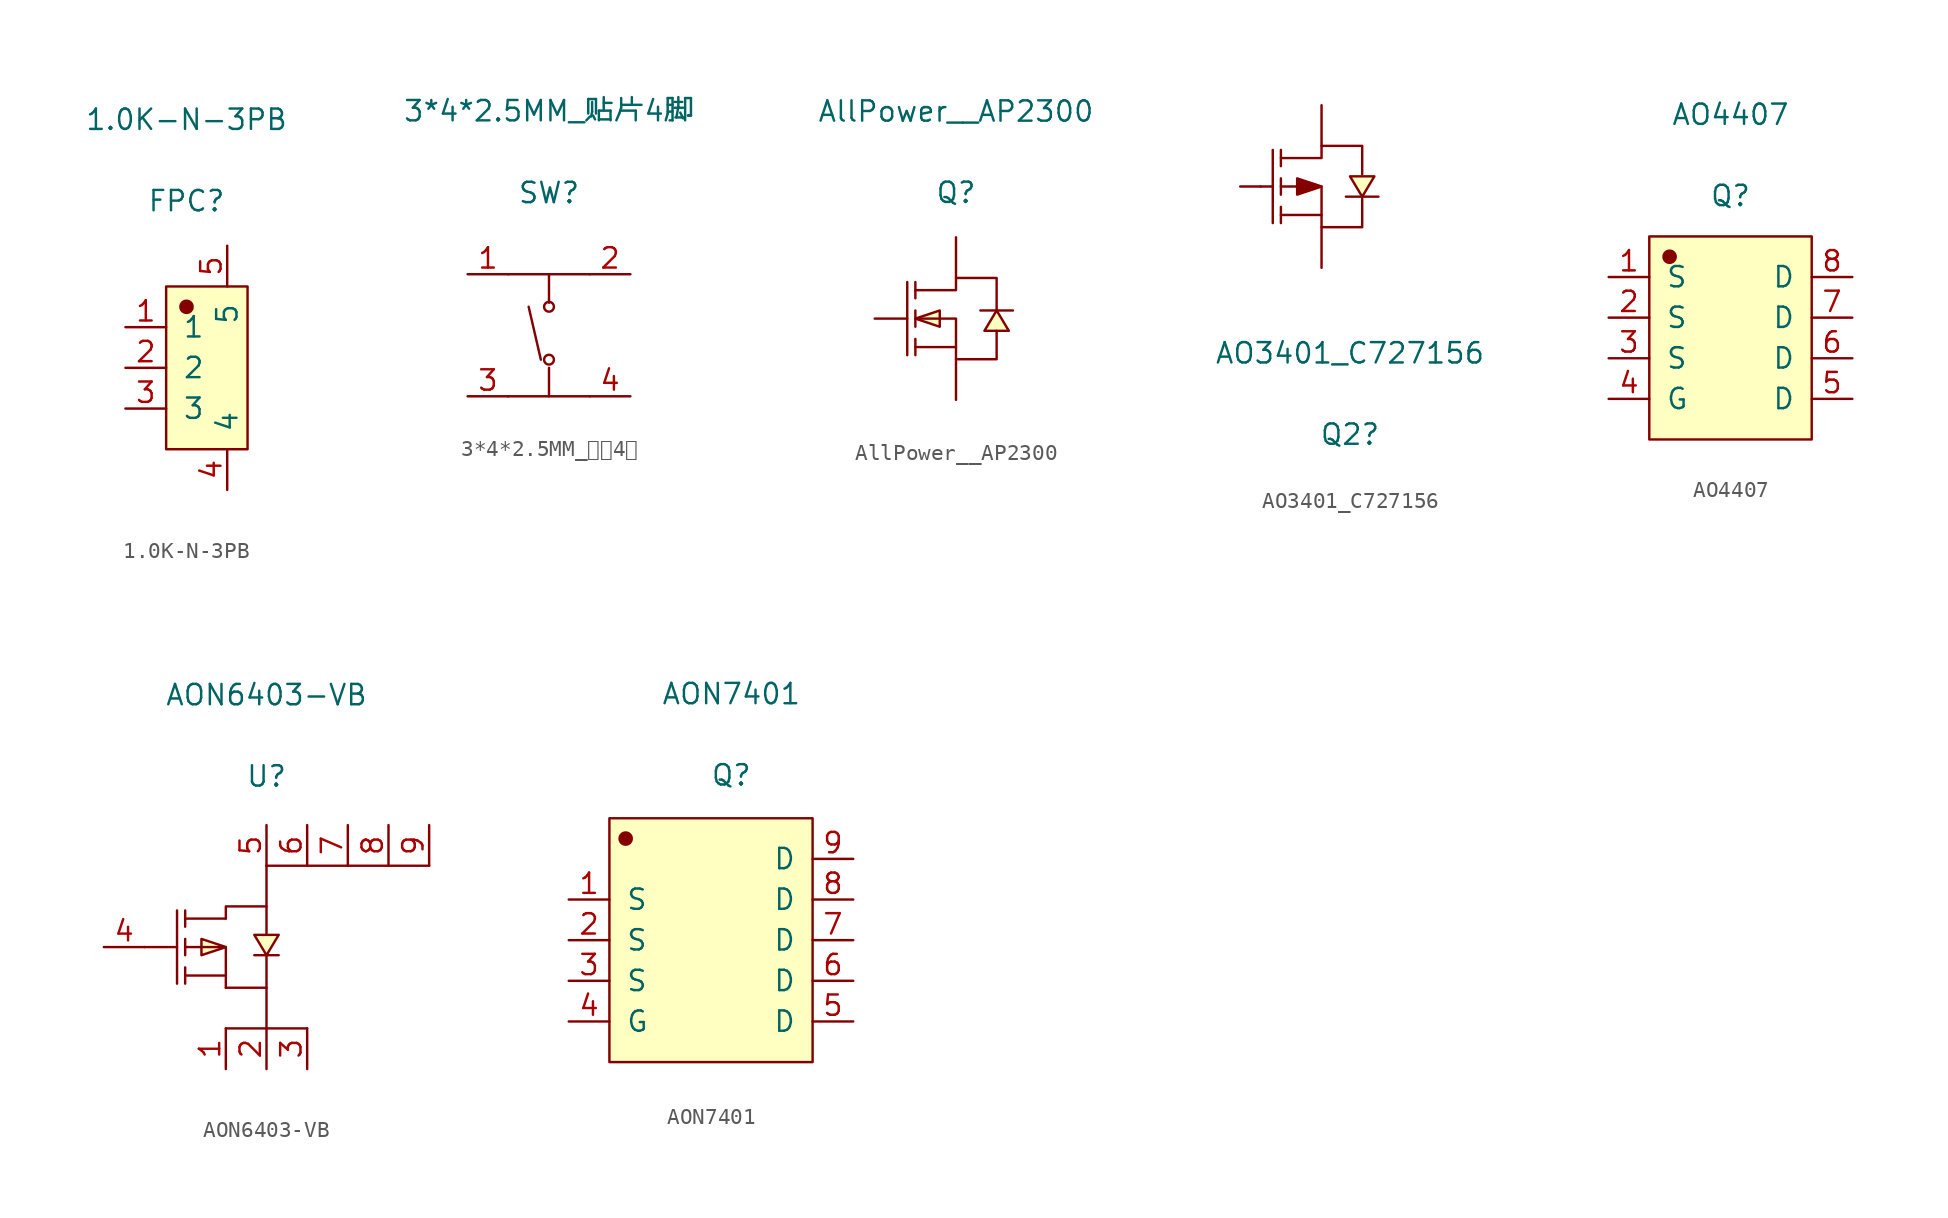
<source format=kicad_sym>
(kicad_symbol_lib
  (version 20231120)
  (generator "kicad_symbol_editor")
  (generator_version "8.0")
  (symbol "1.0K-N-3PB"
    (pin_names
      (offset 1.016))
    (property "Reference" "FPC"
      (at 0 10.414 0)
      (effects (font (size 1.27 1.27))))
    (property "Value" "1.0K-N-3PB"
      (at 0 15.494 0)
      (effects (font (size 1.27 1.27))))
    (symbol "1.0K-N-3PB_1_1"
      (rectangle (start -1.27 5.08) (end 3.81 -5.08) (stroke (width 0.152) (type solid)) (fill (type background)))
      (circle (center 0 3.81) (radius 0.381) (stroke (width 0.152) (type solid)) (fill (type outline)))
      (pin input line (at -3.81 2.54 0) (length 2.54) (name "1" (effects (font (size 1.27 1.27)))) (number "1" (effects (font (size 1.27 1.27)))))
      (pin input line (at -3.81 0 0) (length 2.54) (name "2" (effects (font (size 1.27 1.27)))) (number "2" (effects (font (size 1.27 1.27)))))
      (pin input line (at -3.81 -2.54 0) (length 2.54) (name "3" (effects (font (size 1.27 1.27)))) (number "3" (effects (font (size 1.27 1.27)))))
      (pin input line (at 2.54 -7.62 90) (length 2.54) (name "4" (effects (font (size 1.27 1.27)))) (number "4" (effects (font (size 1.27 1.27)))))
      (pin input line (at 2.54 7.62 270) (length 2.54) (name "5" (effects (font (size 1.27 1.27)))) (number "5" (effects (font (size 1.27 1.27)))))))
  (symbol "3*4*2.5MM_贴片4脚"
    (pin_names
      (offset 1.016) hide)
    (property "Reference" "SW"
      (at 0 10.16 0)
      (effects (font (size 1.27 1.27))))
    (property "Value" "3*4*2.5MM_贴片4脚"
      (at 0 15.265 0)
      (effects (font (size 1.27 1.27))))
    (symbol "3*4*2.5MM_贴片4脚_1_1"
      (circle (center 0 -0.254) (radius 0.305) (stroke (width 0.152) (type solid)) (fill (type none)))
      (polyline (pts (xy -2.54 -2.54) (xy 2.54 -2.54)) (stroke (width 0.152) (type solid)) (fill (type none)))
      (polyline (pts (xy -2.54 5.08) (xy 2.54 5.08)) (stroke (width 0.152) (type solid)) (fill (type none)))
      (polyline (pts (xy -0.508 -0.254) (xy -1.27 3.048)) (stroke (width 0.152) (type solid)) (fill (type none)))
      (polyline (pts (xy 0 -0.762) (xy 0 -2.54)) (stroke (width 0.152) (type solid)) (fill (type none)))
      (polyline (pts (xy 0 3.302) (xy 0 5.08)) (stroke (width 0.152) (type solid)) (fill (type none)))
      (circle (center 0 3.048) (radius 0.305) (stroke (width 0.152) (type solid)) (fill (type none)))
      (pin input line (at -5.08 5.08 0) (length 2.54) (name "1" (effects (font (size 1.27 1.27)))) (number "1" (effects (font (size 1.27 1.27)))))
      (pin input line (at 5.08 5.08 180) (length 2.54) (name "2" (effects (font (size 1.27 1.27)))) (number "2" (effects (font (size 1.27 1.27)))))
      (pin input line (at -5.08 -2.54 0) (length 2.54) (name "3" (effects (font (size 1.27 1.27)))) (number "3" (effects (font (size 1.27 1.27)))))
      (pin input line (at 5.08 -2.54 180) (length 2.54) (name "4" (effects (font (size 1.27 1.27)))) (number "4" (effects (font (size 1.27 1.27)))))))
  (symbol "AllPower__AP2300"
    (pin_numbers hide)
    (pin_names
      (offset 1.016) hide)
    (property "Reference" "Q"
      (at 0 7.874 0)
      (effects (font (size 1.27 1.27))))
    (property "Value" "AllPower__AP2300"
      (at 0 12.954 0)
      (effects (font (size 1.27 1.27))))
    (symbol "AllPower__AP2300_1_1"
      (polyline (pts (xy -3.048 2.286) (xy -3.048 -2.286)) (stroke (width 0.152) (type solid)) (fill (type none)))
      (polyline (pts (xy -2.54 -2.286) (xy -2.54 -1.27)) (stroke (width 0.152) (type solid)) (fill (type none)))
      (polyline (pts (xy -2.54 -0.508) (xy -2.54 0.508)) (stroke (width 0.152) (type solid)) (fill (type none)))
      (polyline (pts (xy -2.54 2.286) (xy -2.54 1.27)) (stroke (width 0.152) (type solid)) (fill (type none)))
      (polyline (pts (xy 0 -1.778) (xy -2.54 -1.778)) (stroke (width 0.152) (type solid)) (fill (type none)))
      (polyline (pts (xy -2.54 0) (xy -1.016 -0.508) (xy -1.016 0.508) (xy -2.54 0)) (stroke (width 0.152) (type solid)) (fill (type background)))
      (polyline (pts (xy 2.54 0.508) (xy 1.778 -0.762) (xy 3.302 -0.762) (xy 2.54 0.508)) (stroke (width 0.152) (type solid)) (fill (type background)))
      (polyline (pts (xy 3.556 0.508) (xy 3.048 0.508) (xy 2.032 0.508) (xy 1.524 0.508)) (stroke (width 0.152) (type solid)) (fill (type none)))
      (polyline (pts (xy -2.54 0) (xy 0 0) (xy 0 -2.54) (xy 2.54 -2.54) (xy 2.54 -0.762)) (stroke (width 0.152) (type solid)) (fill (type none)))
      (polyline (pts (xy -2.54 1.778) (xy 0 1.778) (xy 0 2.54) (xy 2.54 2.54) (xy 2.54 0.508)) (stroke (width 0.152) (type solid)) (fill (type none)))
      (pin input line (at -5.08 0 0) (length 2.032) (name "G" (effects (font (size 1.27 1.27)))) (number "1" (effects (font (size 1.27 1.27)))))
      (pin input line (at 0 -5.08 90) (length 2.54) (name "S" (effects (font (size 1.27 1.27)))) (number "2" (effects (font (size 1.27 1.27)))))
      (pin input line (at 0 5.08 270) (length 2.54) (name "D" (effects (font (size 1.27 1.27)))) (number "3" (effects (font (size 1.27 1.27)))))))
  (symbol "AO3401_C727156"
    (pin_numbers hide)
    (pin_names
      (offset 1.016) hide)
    (property "Reference" "Q2"
      (at 3.048 -14.224 0)
      (effects (font (size 1.27 1.27))))
    (property "Value" "AO3401_C727156"
      (at 3.048 -9.144 0)
      (effects (font (size 1.27 1.27))))
    (symbol "AO3401_C727156_1_1"
      (polyline (pts (xy -2.54 1.27) (xy -1.778 1.27)) (stroke (width 0.152) (type solid)) (fill (type none)))
      (polyline (pts (xy -1.778 3.556) (xy -1.778 -1.016)) (stroke (width 0.152) (type solid)) (fill (type none)))
      (polyline (pts (xy -1.27 -1.016) (xy -1.27 0)) (stroke (width 0.152) (type solid)) (fill (type none)))
      (polyline (pts (xy -1.27 0.762) (xy -1.27 1.778)) (stroke (width 0.152) (type solid)) (fill (type none)))
      (polyline (pts (xy -1.27 3.556) (xy -1.27 2.54)) (stroke (width 0.152) (type solid)) (fill (type none)))
      (polyline (pts (xy 1.27 -0.508) (xy -1.27 -0.508)) (stroke (width 0.152) (type solid)) (fill (type none)))
      (polyline (pts (xy 2.794 0.635) (xy 3.302 0.635) (xy 4.318 0.635) (xy 4.826 0.635)) (stroke (width 0.152) (type solid)) (fill (type none)))
      (polyline (pts (xy -1.27 1.27) (xy 1.27 1.27) (xy 1.27 -1.27) (xy 3.81 -1.27) (xy 3.81 0.508)) (stroke (width 0.152) (type solid)) (fill (type none)))
      (polyline (pts (xy -1.27 3.048) (xy 1.27 3.048) (xy 1.27 3.81) (xy 3.81 3.81) (xy 3.81 2.032)) (stroke (width 0.152) (type solid)) (fill (type none)))
      (polyline (pts (xy 1.27 1.27) (xy -0.254 1.778) (xy -0.254 0.762) (xy 1.27 1.27) (xy 1.27 1.27)) (stroke (width 0.152) (type solid)) (fill (type outline)))
      (polyline (pts (xy 3.81 0.635) (xy 4.572 1.905) (xy 3.048 1.905) (xy 3.81 0.635) (xy 3.81 0.635)) (stroke (width 0.152) (type solid)) (fill (type background)))
      (pin input line (at -3.81 1.27 0) (length 1.27) (name "G" (effects (font (size 1.27 1.27)))) (number "1" (effects (font (size 1.27 1.27)))))
      (pin input line (at 1.27 -3.81 90) (length 2.54) (name "S" (effects (font (size 1.27 1.27)))) (number "2" (effects (font (size 1.27 1.27)))))
      (pin input line (at 1.27 6.35 270) (length 2.54) (name "D" (effects (font (size 1.27 1.27)))) (number "3" (effects (font (size 1.27 1.27)))))))
  (symbol "AO4407"
    (pin_names
      (offset 1.016))
    (property "Reference" "Q"
      (at 0 7.62 0)
      (effects (font (size 1.27 1.27))))
    (property "Value" "AO4407"
      (at 0 12.7 0)
      (effects (font (size 1.27 1.27))))
    (symbol "AO4407_1_1"
      (rectangle (start -5.08 5.08) (end 5.08 -7.62) (stroke (width 0.152) (type solid)) (fill (type background)))
      (circle (center -3.81 3.81) (radius 0.381) (stroke (width 0.152) (type solid)) (fill (type outline)))
      (pin input line (at -7.62 2.54 0) (length 2.54) (name "S" (effects (font (size 1.27 1.27)))) (number "1" (effects (font (size 1.27 1.27)))))
      (pin input line (at -7.62 0 0) (length 2.54) (name "S" (effects (font (size 1.27 1.27)))) (number "2" (effects (font (size 1.27 1.27)))))
      (pin input line (at -7.62 -2.54 0) (length 2.54) (name "S" (effects (font (size 1.27 1.27)))) (number "3" (effects (font (size 1.27 1.27)))))
      (pin input line (at -7.62 -5.08 0) (length 2.54) (name "G" (effects (font (size 1.27 1.27)))) (number "4" (effects (font (size 1.27 1.27)))))
      (pin input line (at 7.62 -5.08 180) (length 2.54) (name "D" (effects (font (size 1.27 1.27)))) (number "5" (effects (font (size 1.27 1.27)))))
      (pin input line (at 7.62 -2.54 180) (length 2.54) (name "D" (effects (font (size 1.27 1.27)))) (number "6" (effects (font (size 1.27 1.27)))))
      (pin input line (at 7.62 0 180) (length 2.54) (name "D" (effects (font (size 1.27 1.27)))) (number "7" (effects (font (size 1.27 1.27)))))
      (pin input line (at 7.62 2.54 180) (length 2.54) (name "D" (effects (font (size 1.27 1.27)))) (number "8" (effects (font (size 1.27 1.27)))))))
  (symbol "AON6403-VB"
    (pin_names
      (offset 1.016) hide)
    (property "Reference" "U"
      (at 0 10.668 0)
      (effects (font (size 1.27 1.27))))
    (property "Value" "AON6403-VB"
      (at 0 15.748 0)
      (effects (font (size 1.27 1.27))))
    (symbol "AON6403-VB_1_1"
      (polyline (pts (xy -7.62 0) (xy -5.588 0)) (stroke (width 0.152) (type solid)) (fill (type none)))
      (polyline (pts (xy -5.588 2.286) (xy -5.588 -2.286)) (stroke (width 0.152) (type solid)) (fill (type none)))
      (polyline (pts (xy -5.08 -2.286) (xy -5.08 -1.27)) (stroke (width 0.152) (type solid)) (fill (type none)))
      (polyline (pts (xy -5.08 -0.508) (xy -5.08 0.508)) (stroke (width 0.152) (type solid)) (fill (type none)))
      (polyline (pts (xy -5.08 1.27) (xy -5.08 2.286)) (stroke (width 0.152) (type solid)) (fill (type none)))
      (polyline (pts (xy -2.54 -1.778) (xy -5.08 -1.778)) (stroke (width 0.152) (type solid)) (fill (type none)))
      (polyline (pts (xy -2.54 1.778) (xy -5.08 1.778)) (stroke (width 0.152) (type solid)) (fill (type none)))
      (polyline (pts (xy 0 -5.08) (xy 0 -2.54)) (stroke (width 0.152) (type solid)) (fill (type none)))
      (polyline (pts (xy 0 2.54) (xy 0 5.08)) (stroke (width 0.152) (type solid)) (fill (type none)))
      (polyline (pts (xy 2.54 -5.08) (xy -2.54 -5.08)) (stroke (width 0.152) (type solid)) (fill (type none)))
      (polyline (pts (xy 10.16 5.08) (xy 0 5.08)) (stroke (width 0.152) (type solid)) (fill (type none)))
      (polyline (pts (xy -5.08 0) (xy -2.54 0) (xy -2.54 -2.54)) (stroke (width 0.152) (type solid)) (fill (type none)))
      (polyline (pts (xy -2.54 -2.54) (xy 0 -2.54) (xy 0 -0.508)) (stroke (width 0.152) (type solid)) (fill (type none)))
      (polyline (pts (xy -2.54 0) (xy -4.064 0.508) (xy -4.064 -0.508) (xy -2.54 0)) (stroke (width 0.152) (type solid)) (fill (type background)))
      (polyline (pts (xy -2.54 1.778) (xy -2.54 2.54) (xy 0 2.54) (xy 0 0.762)) (stroke (width 0.152) (type solid)) (fill (type none)))
      (polyline (pts (xy 0 -0.508) (xy 0.762 0.762) (xy -0.762 0.762) (xy 0 -0.508)) (stroke (width 0.152) (type solid)) (fill (type background)))
      (polyline (pts (xy 0.762 -0.508) (xy 0.508 -0.508) (xy -0.508 -0.508) (xy -0.762 -0.508)) (stroke (width 0.152) (type solid)) (fill (type none)))
      (pin input line (at -2.54 -7.62 90) (length 2.54) (name "S" (effects (font (size 1.27 1.27)))) (number "1" (effects (font (size 1.27 1.27)))))
      (pin input line (at 0 -7.62 90) (length 2.54) (name "S" (effects (font (size 1.27 1.27)))) (number "2" (effects (font (size 1.27 1.27)))))
      (pin input line (at 2.54 -7.62 90) (length 2.54) (name "S" (effects (font (size 1.27 1.27)))) (number "3" (effects (font (size 1.27 1.27)))))
      (pin input line (at -10.16 0 0) (length 2.54) (name "G" (effects (font (size 1.27 1.27)))) (number "4" (effects (font (size 1.27 1.27)))))
      (pin input line (at 0 7.62 270) (length 2.54) (name "D" (effects (font (size 1.27 1.27)))) (number "5" (effects (font (size 1.27 1.27)))))
      (pin input line (at 2.54 7.62 270) (length 2.54) (name "D" (effects (font (size 1.27 1.27)))) (number "6" (effects (font (size 1.27 1.27)))))
      (pin input line (at 5.08 7.62 270) (length 2.54) (name "D" (effects (font (size 1.27 1.27)))) (number "7" (effects (font (size 1.27 1.27)))))
      (pin input line (at 7.62 7.62 270) (length 2.54) (name "D" (effects (font (size 1.27 1.27)))) (number "8" (effects (font (size 1.27 1.27)))))
      (pin input line (at 10.16 7.62 270) (length 2.54) (name "D" (effects (font (size 1.27 1.27)))) (number "9" (effects (font (size 1.27 1.27)))))))
  (symbol "AON7401"
    (pin_names
      (offset 1.016))
    (property "Reference" "Q"
      (at 0 10.312 0)
      (effects (font (size 1.27 1.27))))
    (property "Value" "AON7401"
      (at 0 15.392 0)
      (effects (font (size 1.27 1.27))))
    (symbol "AON7401_1_1"
      (rectangle (start -7.62 7.62) (end 5.08 -7.62) (stroke (width 0.152) (type solid)) (fill (type background)))
      (circle (center -6.604 6.35) (radius 0.381) (stroke (width 0.152) (type solid)) (fill (type outline)))
      (pin input line (at -10.16 2.54 0) (length 2.54) (name "S" (effects (font (size 1.27 1.27)))) (number "1" (effects (font (size 1.27 1.27)))))
      (pin input line (at -10.16 0 0) (length 2.54) (name "S" (effects (font (size 1.27 1.27)))) (number "2" (effects (font (size 1.27 1.27)))))
      (pin input line (at -10.16 -2.54 0) (length 2.54) (name "S" (effects (font (size 1.27 1.27)))) (number "3" (effects (font (size 1.27 1.27)))))
      (pin input line (at -10.16 -5.08 0) (length 2.54) (name "G" (effects (font (size 1.27 1.27)))) (number "4" (effects (font (size 1.27 1.27)))))
      (pin input line (at 7.62 -5.08 180) (length 2.54) (name "D" (effects (font (size 1.27 1.27)))) (number "5" (effects (font (size 1.27 1.27)))))
      (pin input line (at 7.62 -2.54 180) (length 2.54) (name "D" (effects (font (size 1.27 1.27)))) (number "6" (effects (font (size 1.27 1.27)))))
      (pin input line (at 7.62 0 180) (length 2.54) (name "D" (effects (font (size 1.27 1.27)))) (number "7" (effects (font (size 1.27 1.27)))))
      (pin input line (at 7.62 2.54 180) (length 2.54) (name "D" (effects (font (size 1.27 1.27)))) (number "8" (effects (font (size 1.27 1.27)))))
      (pin input line (at 7.62 5.08 180) (length 2.54) (name "D" (effects (font (size 1.27 1.27)))) (number "9" (effects (font (size 1.27 1.27))))))))
</source>
